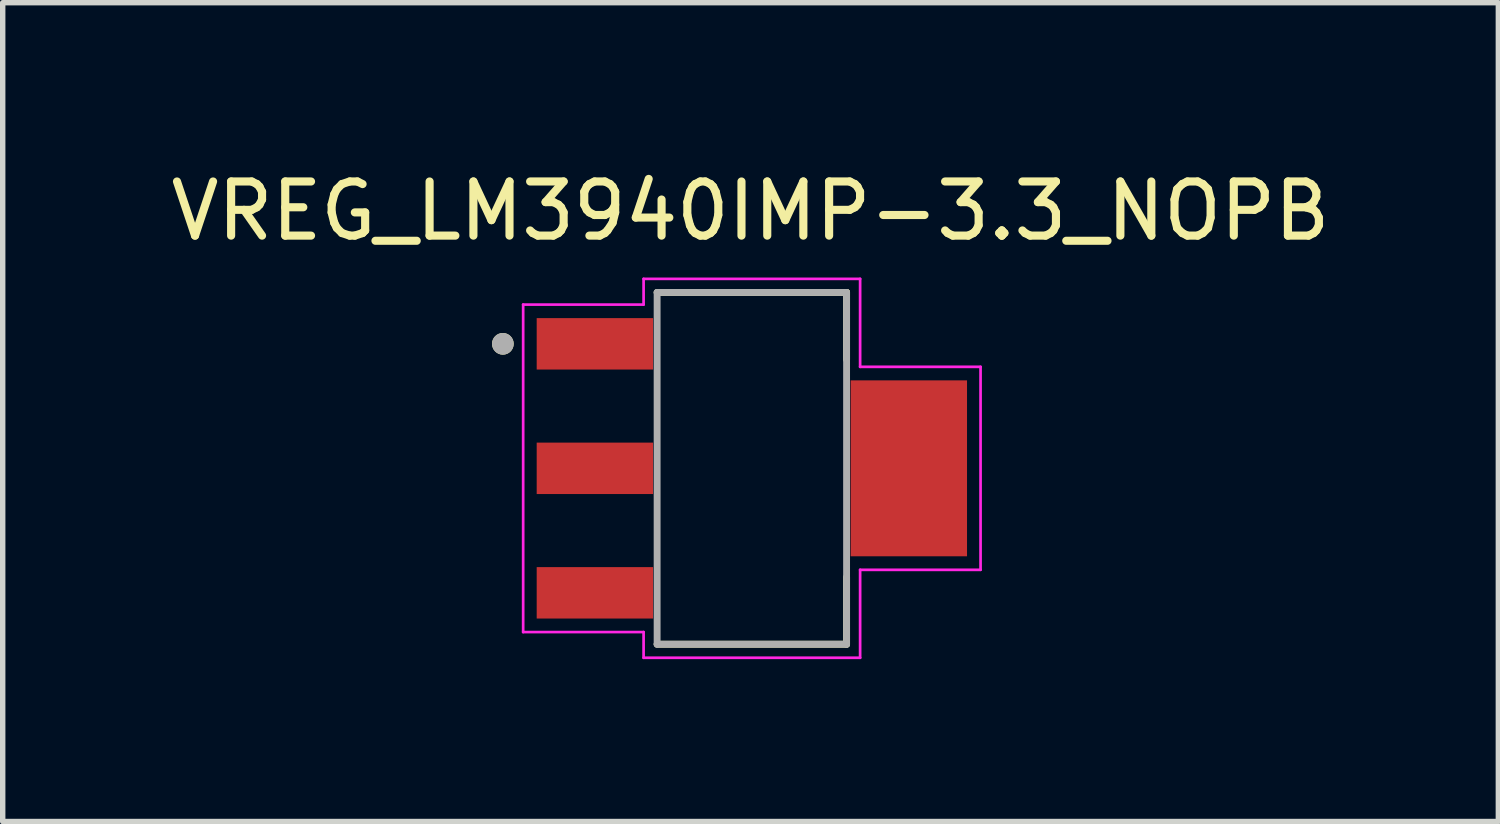
<source format=kicad_pcb>
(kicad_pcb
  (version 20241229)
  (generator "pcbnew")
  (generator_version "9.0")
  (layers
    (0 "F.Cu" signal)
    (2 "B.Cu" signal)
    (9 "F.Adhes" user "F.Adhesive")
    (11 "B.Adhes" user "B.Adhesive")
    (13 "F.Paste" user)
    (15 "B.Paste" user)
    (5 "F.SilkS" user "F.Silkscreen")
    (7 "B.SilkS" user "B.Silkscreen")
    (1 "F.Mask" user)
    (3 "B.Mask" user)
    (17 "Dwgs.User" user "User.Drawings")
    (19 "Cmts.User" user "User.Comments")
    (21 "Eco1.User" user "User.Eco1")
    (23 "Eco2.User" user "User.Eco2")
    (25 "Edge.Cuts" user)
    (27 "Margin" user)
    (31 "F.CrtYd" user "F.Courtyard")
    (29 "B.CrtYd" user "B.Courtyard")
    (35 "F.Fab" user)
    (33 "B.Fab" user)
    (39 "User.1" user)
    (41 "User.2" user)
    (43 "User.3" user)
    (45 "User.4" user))
  (footprint "VREG_LM3940IMP-3.3_NOPB"
    (layer "F.Cu")
    (at 10.84 5.602)
    (property "Reference" "VREG_LM3940IMP-3.3_NOPB" (at -0.025 -4.754 0) (layer "F.SilkS") (effects (font (size 1 1) (thickness 0.15))))
    (attr smd)
    (fp_line (start -1.75 -3.25) (end 1.75 -3.25) (stroke (width 0.127) (type solid)) (layer "F.SilkS"))
    (fp_line (start -1.75 3.25) (end 1.75 3.25) (stroke (width 0.127) (type solid)) (layer "F.SilkS"))
    (fp_line (start 1.75 -3.25) (end 1.75 -2.01) (stroke (width 0.127) (type solid)) (layer "F.SilkS"))
    (fp_line (start 1.75 3.25) (end 1.75 2.01) (stroke (width 0.127) (type solid)) (layer "F.SilkS"))
    (fp_circle (center -4.6 -2.3) (end -4.5 -2.3) (stroke (width 0.2) (type solid)) (fill no) (layer "F.SilkS"))
    (fp_line (start -4.225 -3.025) (end -4.225 3.025) (stroke (width 0.05) (type solid)) (layer "F.CrtYd"))
    (fp_line (start -4.225 3.025) (end -2 3.025) (stroke (width 0.05) (type solid)) (layer "F.CrtYd"))
    (fp_line (start -2 -3.5) (end -2 -3.025) (stroke (width 0.05) (type solid)) (layer "F.CrtYd"))
    (fp_line (start -2 -3.025) (end -4.225 -3.025) (stroke (width 0.05) (type solid)) (layer "F.CrtYd"))
    (fp_line (start -2 3.025) (end -2 3.5) (stroke (width 0.05) (type solid)) (layer "F.CrtYd"))
    (fp_line (start -2 3.5) (end 2 3.5) (stroke (width 0.05) (type solid)) (layer "F.CrtYd"))
    (fp_line (start 2 -3.5) (end -2 -3.5) (stroke (width 0.05) (type solid)) (layer "F.CrtYd"))
    (fp_line (start 2 -1.875) (end 2 -3.5) (stroke (width 0.05) (type solid)) (layer "F.CrtYd"))
    (fp_line (start 2 1.875) (end 4.225 1.875) (stroke (width 0.05) (type solid)) (layer "F.CrtYd"))
    (fp_line (start 2 3.5) (end 2 1.875) (stroke (width 0.05) (type solid)) (layer "F.CrtYd"))
    (fp_line (start 4.225 -1.875) (end 2 -1.875) (stroke (width 0.05) (type solid)) (layer "F.CrtYd"))
    (fp_line (start 4.225 1.875) (end 4.225 -1.875) (stroke (width 0.05) (type solid)) (layer "F.CrtYd"))
    (fp_line (start -1.75 -3.25) (end -1.75 3.25) (stroke (width 0.127) (type solid)) (layer "F.Fab"))
    (fp_line (start 1.75 -3.25) (end -1.75 -3.25) (stroke (width 0.127) (type solid)) (layer "F.Fab"))
    (fp_line (start 1.75 -3.25) (end 1.75 3.25) (stroke (width 0.127) (type solid)) (layer "F.Fab"))
    (fp_line (start 1.75 3.25) (end -1.75 3.25) (stroke (width 0.127) (type solid)) (layer "F.Fab"))
    (fp_circle (center -4.6 -2.3) (end -4.5 -2.3) (stroke (width 0.2) (type solid)) (fill no) (layer "F.Fab"))
    (pad "1" smd rect (at -2.9 -2.3) (size 2.15 0.95) (layers "F.Cu" "F.Mask" "F.Paste"))
    (pad "2" smd rect (at -2.9 0) (size 2.15 0.95) (layers "F.Cu" "F.Mask" "F.Paste"))
    (pad "3" smd rect (at -2.9 2.3) (size 2.15 0.95) (layers "F.Cu" "F.Mask" "F.Paste"))
    (pad "4" smd rect (at 2.9 0) (size 2.15 3.25) (layers "F.Cu" "F.Mask" "F.Paste")))
  (gr_rect
    (start -3 -3)
    (end 24.631 12.127)
    (stroke (width 0.1) (type default))
    (fill no)
    (layer "Edge.Cuts")))
</source>
